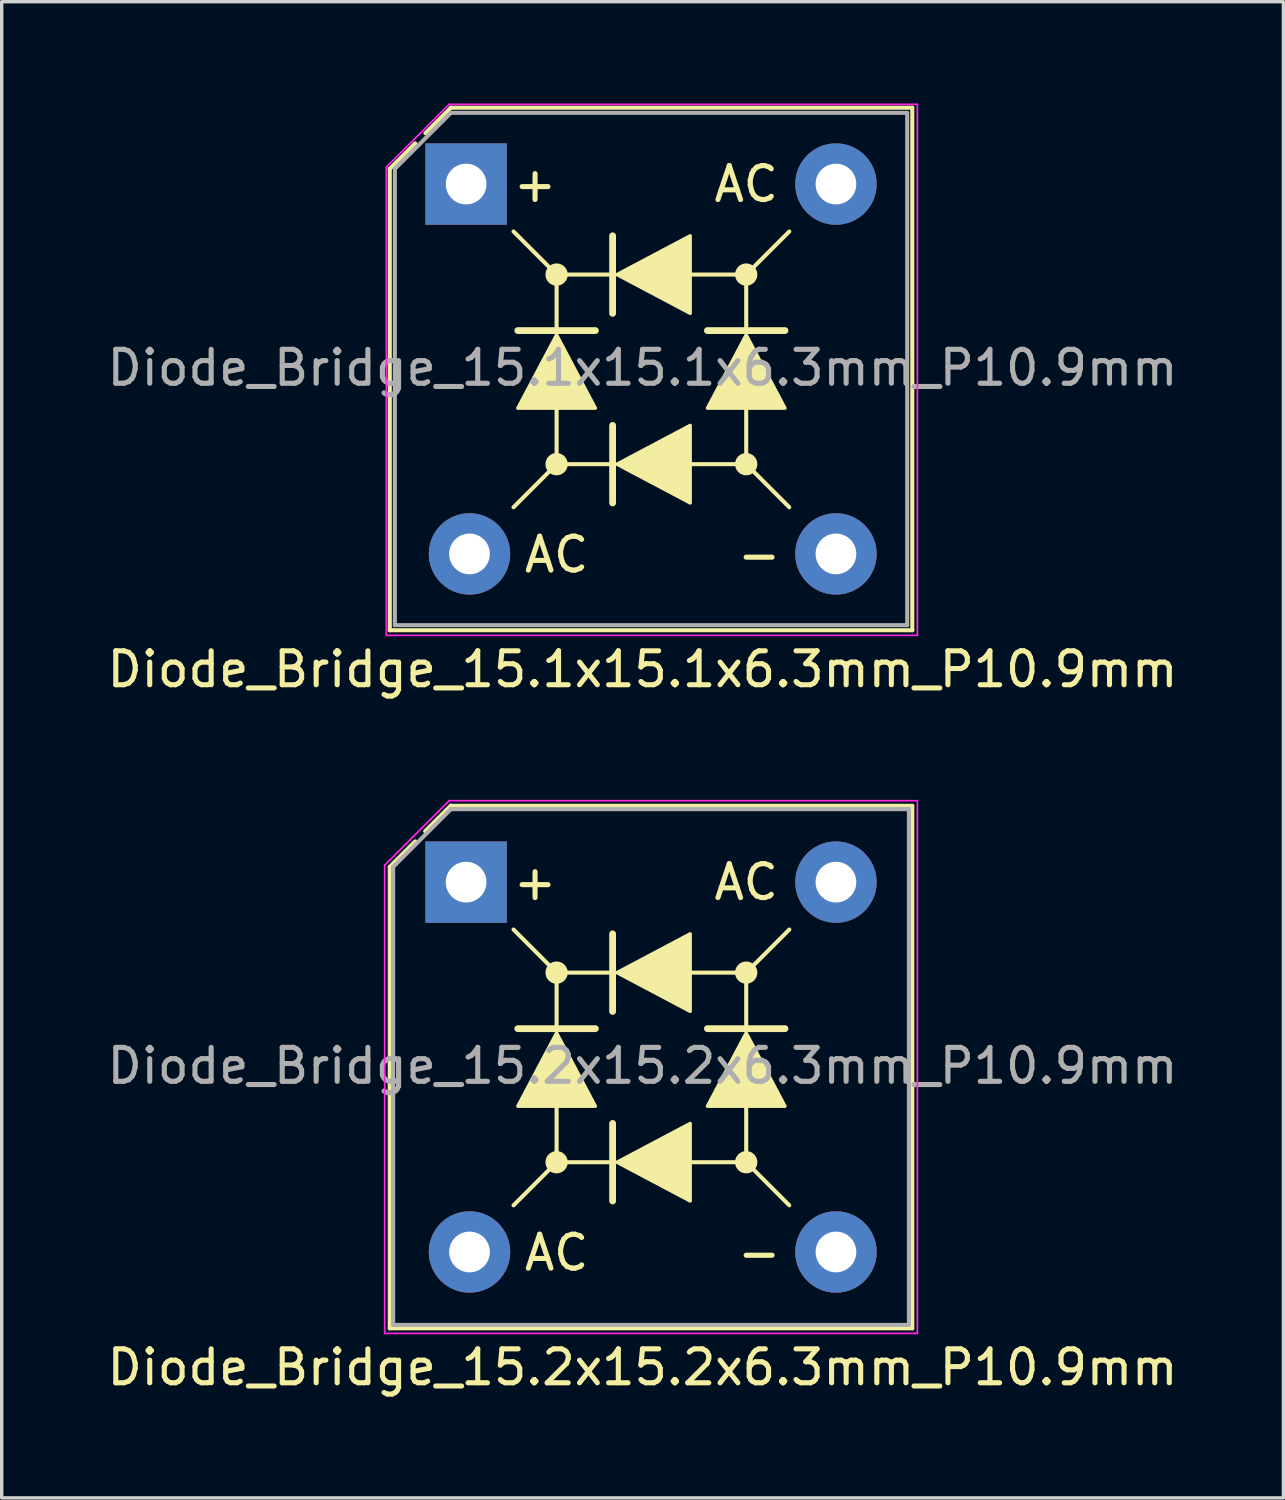
<source format=kicad_pcb>
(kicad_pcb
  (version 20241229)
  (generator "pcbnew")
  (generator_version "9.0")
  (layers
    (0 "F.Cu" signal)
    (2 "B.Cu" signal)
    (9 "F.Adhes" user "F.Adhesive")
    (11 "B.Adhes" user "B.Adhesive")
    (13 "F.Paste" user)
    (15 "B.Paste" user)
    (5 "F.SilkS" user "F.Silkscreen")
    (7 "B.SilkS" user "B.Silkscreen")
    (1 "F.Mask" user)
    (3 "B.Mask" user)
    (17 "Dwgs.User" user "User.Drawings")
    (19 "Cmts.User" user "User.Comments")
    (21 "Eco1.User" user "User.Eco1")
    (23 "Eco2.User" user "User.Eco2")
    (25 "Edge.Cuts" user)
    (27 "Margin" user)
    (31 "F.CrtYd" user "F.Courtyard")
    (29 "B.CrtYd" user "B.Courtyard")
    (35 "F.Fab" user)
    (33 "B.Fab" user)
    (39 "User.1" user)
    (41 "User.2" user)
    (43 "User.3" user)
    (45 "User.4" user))
  (footprint "Diode_Bridge_15.2x15.2x6.3mm_P10.9mm"
    (layer "F.Cu")
    (at 10.687 22.948)
    (property "Reference" "Diode_Bridge_15.2x15.2x6.3mm_P10.9mm" (at 5.2 14.3 180) (layer "F.SilkS") (effects (font (size 1 1) (thickness 0.15))))
    (attr through_hole)
    (fp_line (start -2.25 -0.45) (end -1.5 -1.2) (stroke (width 0.12) (type solid)) (layer "F.SilkS"))
    (fp_line (start -2.25 13.15) (end -2.25 -0.45) (stroke (width 0.12) (type solid)) (layer "F.SilkS"))
    (fp_line (start -1.2 -1.5) (end -0.45 -2.25) (stroke (width 0.12) (type solid)) (layer "F.SilkS"))
    (fp_line (start -1.2 -1.5) (end -0.45 -2.25) (stroke (width 0.12) (type solid)) (layer "F.SilkS"))
    (fp_line (start -0.45 -2.25) (end 13.15 -2.25) (stroke (width 0.12) (type solid)) (layer "F.SilkS"))
    (fp_line (start 1.397 1.397) (end 2.667 2.667) (stroke (width 0.12) (type solid)) (layer "F.SilkS"))
    (fp_line (start 1.397 9.525) (end 2.667 8.255) (stroke (width 0.12) (type solid)) (layer "F.SilkS"))
    (fp_line (start 2.667 4.318) (end 1.524 4.318) (stroke (width 0.2) (type solid)) (layer "F.SilkS"))
    (fp_line (start 2.667 4.318) (end 2.667 2.667) (stroke (width 0.12) (type solid)) (layer "F.SilkS"))
    (fp_line (start 2.667 8.255) (end 2.667 6.604) (stroke (width 0.12) (type solid)) (layer "F.SilkS"))
    (fp_line (start 3.81 4.318) (end 2.667 4.318) (stroke (width 0.2) (type solid)) (layer "F.SilkS"))
    (fp_line (start 4.318 1.524) (end 4.318 2.667) (stroke (width 0.2) (type solid)) (layer "F.SilkS"))
    (fp_line (start 4.318 2.667) (end 2.667 2.667) (stroke (width 0.12) (type solid)) (layer "F.SilkS"))
    (fp_line (start 4.318 2.667) (end 4.318 3.81) (stroke (width 0.2) (type solid)) (layer "F.SilkS"))
    (fp_line (start 4.318 7.112) (end 4.318 8.255) (stroke (width 0.2) (type solid)) (layer "F.SilkS"))
    (fp_line (start 4.318 8.255) (end 2.667 8.255) (stroke (width 0.12) (type solid)) (layer "F.SilkS"))
    (fp_line (start 4.318 8.255) (end 4.318 9.398) (stroke (width 0.2) (type solid)) (layer "F.SilkS"))
    (fp_line (start 8.255 2.667) (end 6.604 2.667) (stroke (width 0.12) (type solid)) (layer "F.SilkS"))
    (fp_line (start 8.255 4.318) (end 7.112 4.318) (stroke (width 0.2) (type solid)) (layer "F.SilkS"))
    (fp_line (start 8.255 4.318) (end 8.255 2.667) (stroke (width 0.12) (type solid)) (layer "F.SilkS"))
    (fp_line (start 8.255 8.255) (end 6.604 8.255) (stroke (width 0.12) (type solid)) (layer "F.SilkS"))
    (fp_line (start 8.255 8.255) (end 8.255 6.604) (stroke (width 0.12) (type solid)) (layer "F.SilkS"))
    (fp_line (start 9.398 4.318) (end 8.255 4.318) (stroke (width 0.2) (type solid)) (layer "F.SilkS"))
    (fp_line (start 9.525 1.397) (end 8.255 2.667) (stroke (width 0.12) (type solid)) (layer "F.SilkS"))
    (fp_line (start 9.525 9.525) (end 8.255 8.255) (stroke (width 0.12) (type solid)) (layer "F.SilkS"))
    (fp_line (start 13.15 -2.25) (end 13.15 13.15) (stroke (width 0.12) (type solid)) (layer "F.SilkS"))
    (fp_line (start 13.15 13.15) (end -2.25 13.15) (stroke (width 0.12) (type solid)) (layer "F.SilkS"))
    (fp_circle (center 2.667 2.667) (end 2.731 2.603) (stroke (width 0.12) (type solid)) (fill no) (layer "F.SilkS"))
    (fp_circle (center 2.667 2.667) (end 2.794 2.54) (stroke (width 0.12) (type solid)) (fill no) (layer "F.SilkS"))
    (fp_circle (center 2.667 2.667) (end 2.857 2.477) (stroke (width 0.12) (type solid)) (fill no) (layer "F.SilkS"))
    (fp_circle (center 2.667 8.255) (end 2.731 8.191) (stroke (width 0.12) (type solid)) (fill no) (layer "F.SilkS"))
    (fp_circle (center 2.667 8.255) (end 2.794 8.128) (stroke (width 0.12) (type solid)) (fill no) (layer "F.SilkS"))
    (fp_circle (center 2.667 8.255) (end 2.857 8.065) (stroke (width 0.12) (type solid)) (fill no) (layer "F.SilkS"))
    (fp_circle (center 8.255 2.667) (end 8.319 2.603) (stroke (width 0.12) (type solid)) (fill no) (layer "F.SilkS"))
    (fp_circle (center 8.255 2.667) (end 8.382 2.54) (stroke (width 0.12) (type solid)) (fill no) (layer "F.SilkS"))
    (fp_circle (center 8.255 2.667) (end 8.445 2.477) (stroke (width 0.12) (type solid)) (fill no) (layer "F.SilkS"))
    (fp_circle (center 8.255 8.255) (end 8.319 8.191) (stroke (width 0.12) (type solid)) (fill no) (layer "F.SilkS"))
    (fp_circle (center 8.255 8.255) (end 8.382 8.128) (stroke (width 0.12) (type solid)) (fill no) (layer "F.SilkS"))
    (fp_circle (center 8.255 8.255) (end 8.445 8.065) (stroke (width 0.12) (type solid)) (fill no) (layer "F.SilkS"))
    (fp_poly (pts (xy 3.81 6.604) (xy 1.524 6.604) (xy 2.667 4.445)) (stroke (width 0.1) (type solid)) (fill yes) (layer "F.SilkS"))
    (fp_poly (pts (xy 6.604 1.524) (xy 6.604 3.81) (xy 4.445 2.667)) (stroke (width 0.1) (type solid)) (fill yes) (layer "F.SilkS"))
    (fp_poly (pts (xy 6.604 7.112) (xy 6.604 9.398) (xy 4.445 8.255)) (stroke (width 0.1) (type solid)) (fill yes) (layer "F.SilkS"))
    (fp_poly (pts (xy 9.398 6.604) (xy 7.112 6.604) (xy 8.255 4.445)) (stroke (width 0.1) (type solid)) (fill yes) (layer "F.SilkS"))
    (fp_line (start -2.4 -0.5) (end -0.5 -2.4) (stroke (width 0.05) (type solid)) (layer "F.CrtYd"))
    (fp_line (start -2.4 13.3) (end -2.4 -0.5) (stroke (width 0.05) (type solid)) (layer "F.CrtYd"))
    (fp_line (start -0.5 -2.4) (end 13.3 -2.4) (stroke (width 0.05) (type solid)) (layer "F.CrtYd"))
    (fp_line (start 13.3 -2.4) (end 13.3 13.3) (stroke (width 0.05) (type solid)) (layer "F.CrtYd"))
    (fp_line (start 13.3 13.3) (end -2.4 13.3) (stroke (width 0.05) (type solid)) (layer "F.CrtYd"))
    (fp_line (start -2.15 -0.45) (end -0.45 -2.15) (stroke (width 0.12) (type solid)) (layer "F.Fab"))
    (fp_line (start -2.15 13.05) (end -2.15 -0.45) (stroke (width 0.12) (type solid)) (layer "F.Fab"))
    (fp_line (start -0.45 -2.15) (end 13.05 -2.15) (stroke (width 0.12) (type solid)) (layer "F.Fab"))
    (fp_line (start 13.05 -2.15) (end 13.05 13.05) (stroke (width 0.12) (type solid)) (layer "F.Fab"))
    (fp_line (start 13.05 13.05) (end -2.15 13.05) (stroke (width 0.12) (type solid)) (layer "F.Fab"))
    (fp_text user "AC" (at 2.667 10.922 0) (layer "F.SilkS") (effects (font (size 1 1) (thickness 0.15))))
    (fp_text user "-" (at 8.636 10.922 0) (layer "F.SilkS") (effects (font (size 1 1) (thickness 0.15))))
    (fp_text user "+" (at 2.032 0 0) (layer "F.SilkS") (effects (font (size 1 1) (thickness 0.15))))
    (fp_text user "AC" (at 8.255 0 0) (layer "F.SilkS") (effects (font (size 1 1) (thickness 0.15))))
    (fp_text user "${REFERENCE}" (at 5.2 5.415 180) (layer "F.Fab") (effects (font (size 1 1) (thickness 0.15))))
    (pad "1" thru_hole rect (at 0 0 180) (size 2.4 2.4) (drill 1.2) (layers "*.Cu" "*.Mask"))
    (pad "2" thru_hole circle (at 0.1 10.9 180) (size 2.4 2.4) (drill 1.2) (layers "*.Cu" "*.Mask"))
    (pad "3" thru_hole circle (at 10.9 10.9 180) (size 2.4 2.4) (drill 1.2) (layers "*.Cu" "*.Mask"))
    (pad "4" thru_hole circle (at 10.9 0 180) (size 2.4 2.4) (drill 1.2) (layers "*.Cu" "*.Mask")))
  (footprint "Diode_Bridge_15.1x15.1x6.3mm_P10.9mm"
    (layer "F.Cu")
    (at 10.687 2.375)
    (property "Reference" "Diode_Bridge_15.1x15.1x6.3mm_P10.9mm" (at 5.2 14.3 180) (layer "F.SilkS") (effects (font (size 1 1) (thickness 0.15))))
    (attr through_hole)
    (fp_line (start -2.25 -0.45) (end -1.5 -1.2) (stroke (width 0.12) (type solid)) (layer "F.SilkS"))
    (fp_line (start -2.25 13.15) (end -2.25 -0.45) (stroke (width 0.12) (type solid)) (layer "F.SilkS"))
    (fp_line (start -1.2 -1.5) (end -0.45 -2.25) (stroke (width 0.12) (type solid)) (layer "F.SilkS"))
    (fp_line (start -0.45 -2.25) (end 13.15 -2.25) (stroke (width 0.12) (type solid)) (layer "F.SilkS"))
    (fp_line (start 1.397 1.397) (end 2.667 2.667) (stroke (width 0.12) (type solid)) (layer "F.SilkS"))
    (fp_line (start 1.397 9.525) (end 2.667 8.255) (stroke (width 0.12) (type solid)) (layer "F.SilkS"))
    (fp_line (start 2.667 4.318) (end 1.524 4.318) (stroke (width 0.2) (type solid)) (layer "F.SilkS"))
    (fp_line (start 2.667 4.318) (end 2.667 2.667) (stroke (width 0.12) (type solid)) (layer "F.SilkS"))
    (fp_line (start 2.667 8.255) (end 2.667 6.604) (stroke (width 0.12) (type solid)) (layer "F.SilkS"))
    (fp_line (start 3.81 4.318) (end 2.667 4.318) (stroke (width 0.2) (type solid)) (layer "F.SilkS"))
    (fp_line (start 4.318 1.524) (end 4.318 2.667) (stroke (width 0.2) (type solid)) (layer "F.SilkS"))
    (fp_line (start 4.318 2.667) (end 2.667 2.667) (stroke (width 0.12) (type solid)) (layer "F.SilkS"))
    (fp_line (start 4.318 2.667) (end 4.318 3.81) (stroke (width 0.2) (type solid)) (layer "F.SilkS"))
    (fp_line (start 4.318 7.112) (end 4.318 8.255) (stroke (width 0.2) (type solid)) (layer "F.SilkS"))
    (fp_line (start 4.318 8.255) (end 2.667 8.255) (stroke (width 0.12) (type solid)) (layer "F.SilkS"))
    (fp_line (start 4.318 8.255) (end 4.318 9.398) (stroke (width 0.2) (type solid)) (layer "F.SilkS"))
    (fp_line (start 8.255 2.667) (end 6.604 2.667) (stroke (width 0.12) (type solid)) (layer "F.SilkS"))
    (fp_line (start 8.255 4.318) (end 7.112 4.318) (stroke (width 0.2) (type solid)) (layer "F.SilkS"))
    (fp_line (start 8.255 4.318) (end 8.255 2.667) (stroke (width 0.12) (type solid)) (layer "F.SilkS"))
    (fp_line (start 8.255 8.255) (end 6.604 8.255) (stroke (width 0.12) (type solid)) (layer "F.SilkS"))
    (fp_line (start 8.255 8.255) (end 8.255 6.604) (stroke (width 0.12) (type solid)) (layer "F.SilkS"))
    (fp_line (start 9.398 4.318) (end 8.255 4.318) (stroke (width 0.2) (type solid)) (layer "F.SilkS"))
    (fp_line (start 9.525 1.397) (end 8.255 2.667) (stroke (width 0.12) (type solid)) (layer "F.SilkS"))
    (fp_line (start 9.525 9.525) (end 8.255 8.255) (stroke (width 0.12) (type solid)) (layer "F.SilkS"))
    (fp_line (start 13.15 -2.25) (end 13.15 13.15) (stroke (width 0.12) (type solid)) (layer "F.SilkS"))
    (fp_line (start 13.15 13.15) (end -2.25 13.15) (stroke (width 0.12) (type solid)) (layer "F.SilkS"))
    (fp_circle (center 2.667 2.667) (end 2.731 2.603) (stroke (width 0.12) (type solid)) (fill no) (layer "F.SilkS"))
    (fp_circle (center 2.667 2.667) (end 2.794 2.54) (stroke (width 0.12) (type solid)) (fill no) (layer "F.SilkS"))
    (fp_circle (center 2.667 2.667) (end 2.857 2.477) (stroke (width 0.12) (type solid)) (fill no) (layer "F.SilkS"))
    (fp_circle (center 2.667 8.255) (end 2.731 8.191) (stroke (width 0.12) (type solid)) (fill no) (layer "F.SilkS"))
    (fp_circle (center 2.667 8.255) (end 2.794 8.128) (stroke (width 0.12) (type solid)) (fill no) (layer "F.SilkS"))
    (fp_circle (center 2.667 8.255) (end 2.857 8.065) (stroke (width 0.12) (type solid)) (fill no) (layer "F.SilkS"))
    (fp_circle (center 8.255 2.667) (end 8.319 2.603) (stroke (width 0.12) (type solid)) (fill no) (layer "F.SilkS"))
    (fp_circle (center 8.255 2.667) (end 8.382 2.54) (stroke (width 0.12) (type solid)) (fill no) (layer "F.SilkS"))
    (fp_circle (center 8.255 2.667) (end 8.445 2.477) (stroke (width 0.12) (type solid)) (fill no) (layer "F.SilkS"))
    (fp_circle (center 8.255 8.255) (end 8.319 8.191) (stroke (width 0.12) (type solid)) (fill no) (layer "F.SilkS"))
    (fp_circle (center 8.255 8.255) (end 8.382 8.128) (stroke (width 0.12) (type solid)) (fill no) (layer "F.SilkS"))
    (fp_circle (center 8.255 8.255) (end 8.445 8.065) (stroke (width 0.12) (type solid)) (fill no) (layer "F.SilkS"))
    (fp_poly (pts (xy 3.81 6.604) (xy 1.524 6.604) (xy 2.667 4.445)) (stroke (width 0.1) (type solid)) (fill yes) (layer "F.SilkS"))
    (fp_poly (pts (xy 6.604 1.524) (xy 6.604 3.81) (xy 4.445 2.667)) (stroke (width 0.1) (type solid)) (fill yes) (layer "F.SilkS"))
    (fp_poly (pts (xy 6.604 7.112) (xy 6.604 9.398) (xy 4.445 8.255)) (stroke (width 0.1) (type solid)) (fill yes) (layer "F.SilkS"))
    (fp_poly (pts (xy 9.398 6.604) (xy 7.112 6.604) (xy 8.255 4.445)) (stroke (width 0.1) (type solid)) (fill yes) (layer "F.SilkS"))
    (fp_line (start -2.35 -0.5) (end -0.5 -2.35) (stroke (width 0.05) (type solid)) (layer "F.CrtYd"))
    (fp_line (start -2.35 13.3) (end -2.35 -0.5) (stroke (width 0.05) (type solid)) (layer "F.CrtYd"))
    (fp_line (start -0.5 -2.35) (end 13.3 -2.35) (stroke (width 0.05) (type solid)) (layer "F.CrtYd"))
    (fp_line (start 13.3 -2.35) (end 13.3 13.3) (stroke (width 0.05) (type solid)) (layer "F.CrtYd"))
    (fp_line (start 13.3 13.3) (end -2.35 13.3) (stroke (width 0.05) (type solid)) (layer "F.CrtYd"))
    (fp_line (start -2.1 -0.45) (end -0.45 -2.1) (stroke (width 0.12) (type solid)) (layer "F.Fab"))
    (fp_line (start -2.1 13) (end -2.1 -0.45) (stroke (width 0.12) (type solid)) (layer "F.Fab"))
    (fp_line (start -0.45 -2.1) (end 13 -2.1) (stroke (width 0.12) (type solid)) (layer "F.Fab"))
    (fp_line (start 13 -2.1) (end 13 13) (stroke (width 0.12) (type solid)) (layer "F.Fab"))
    (fp_line (start 13 13) (end -2.1 13) (stroke (width 0.12) (type solid)) (layer "F.Fab"))
    (fp_text user "AC" (at 2.667 10.922 0) (layer "F.SilkS") (effects (font (size 1 1) (thickness 0.15))))
    (fp_text user "-" (at 8.636 10.922 0) (layer "F.SilkS") (effects (font (size 1 1) (thickness 0.15))))
    (fp_text user "+" (at 2.032 0 0) (layer "F.SilkS") (effects (font (size 1 1) (thickness 0.15))))
    (fp_text user "AC" (at 8.255 0 0) (layer "F.SilkS") (effects (font (size 1 1) (thickness 0.15))))
    (fp_text user "${REFERENCE}" (at 5.2 5.415 180) (layer "F.Fab") (effects (font (size 1 1) (thickness 0.15))))
    (pad "1" thru_hole rect (at 0 0 180) (size 2.4 2.4) (drill 1.2) (layers "*.Cu" "*.Mask"))
    (pad "2" thru_hole circle (at 0.1 10.9 180) (size 2.4 2.4) (drill 1.2) (layers "*.Cu" "*.Mask"))
    (pad "3" thru_hole circle (at 10.9 10.9 180) (size 2.4 2.4) (drill 1.2) (layers "*.Cu" "*.Mask"))
    (pad "4" thru_hole circle (at 10.9 0 180) (size 2.4 2.4) (drill 1.2) (layers "*.Cu" "*.Mask")))
  (gr_rect
    (start -3 -3)
    (end 34.774 41.096)
    (stroke (width 0.1) (type default))
    (fill no)
    (layer "Edge.Cuts")))
</source>
